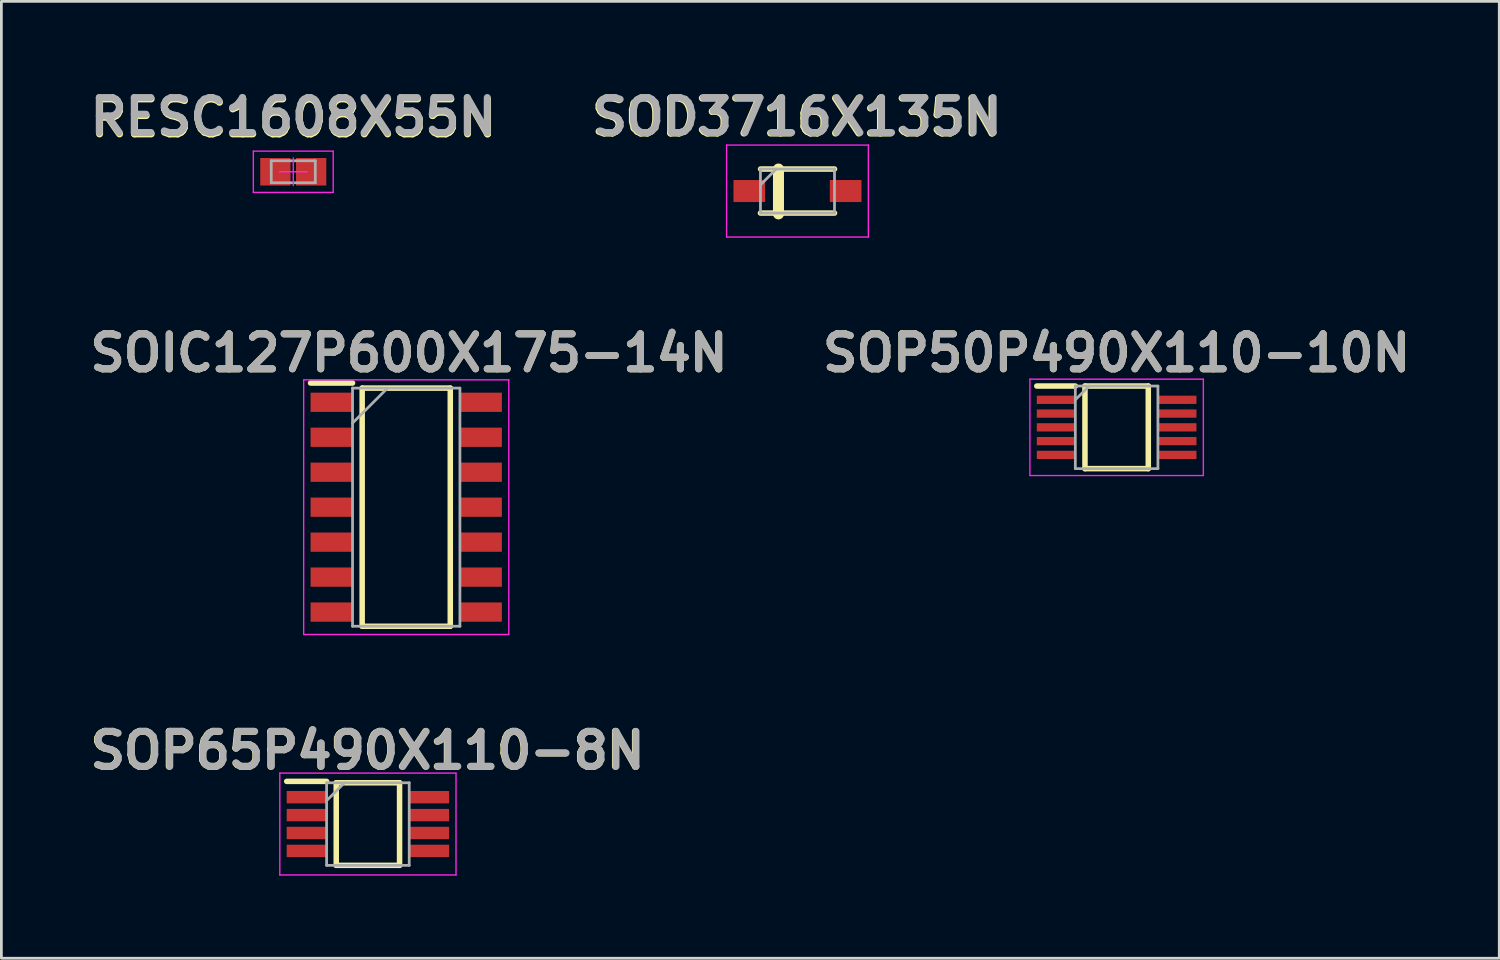
<source format=kicad_pcb>
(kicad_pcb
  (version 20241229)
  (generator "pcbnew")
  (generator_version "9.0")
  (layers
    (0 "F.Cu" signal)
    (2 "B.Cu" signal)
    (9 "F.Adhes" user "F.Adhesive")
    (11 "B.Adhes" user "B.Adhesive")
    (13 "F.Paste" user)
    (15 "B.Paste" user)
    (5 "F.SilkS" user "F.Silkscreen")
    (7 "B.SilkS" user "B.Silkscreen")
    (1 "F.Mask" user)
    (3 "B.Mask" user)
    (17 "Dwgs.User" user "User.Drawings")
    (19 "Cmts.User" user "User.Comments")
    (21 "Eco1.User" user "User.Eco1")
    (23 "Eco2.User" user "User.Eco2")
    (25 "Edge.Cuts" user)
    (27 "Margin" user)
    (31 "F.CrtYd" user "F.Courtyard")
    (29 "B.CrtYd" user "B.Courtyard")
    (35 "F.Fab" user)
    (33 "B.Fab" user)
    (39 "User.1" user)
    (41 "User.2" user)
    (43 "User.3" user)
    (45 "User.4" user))
  (footprint "SOIC127P600X175-14N"
    (layer "F.Cu")
    (at 11.705 15.372)
    (property "Reference" "SOIC127P600X175-14N" (at 0.1 -5.6 0) (layer "F.SilkS") (effects (font (size 1.27 1.27) (thickness 0.254))))
    (attr smd)
    (fp_line (start -3.475 -4.51) (end -1.95 -4.51) (stroke (width 0.2) (type solid)) (layer "F.SilkS"))
    (fp_line (start -1.6 -4.325) (end 1.6 -4.325) (stroke (width 0.2) (type solid)) (layer "F.SilkS"))
    (fp_line (start -1.6 4.325) (end -1.6 -4.325) (stroke (width 0.2) (type solid)) (layer "F.SilkS"))
    (fp_line (start 1.6 -4.325) (end 1.6 4.325) (stroke (width 0.2) (type solid)) (layer "F.SilkS"))
    (fp_line (start 1.6 4.325) (end -1.6 4.325) (stroke (width 0.2) (type solid)) (layer "F.SilkS"))
    (fp_line (start -3.725 -4.625) (end 3.725 -4.625) (stroke (width 0.05) (type solid)) (layer "F.CrtYd"))
    (fp_line (start -3.725 4.625) (end -3.725 -4.625) (stroke (width 0.05) (type solid)) (layer "F.CrtYd"))
    (fp_line (start 3.725 -4.625) (end 3.725 4.625) (stroke (width 0.05) (type solid)) (layer "F.CrtYd"))
    (fp_line (start 3.725 4.625) (end -3.725 4.625) (stroke (width 0.05) (type solid)) (layer "F.CrtYd"))
    (fp_line (start -1.95 -4.325) (end 1.95 -4.325) (stroke (width 0.1) (type solid)) (layer "F.Fab"))
    (fp_line (start -1.95 -3.055) (end -0.68 -4.325) (stroke (width 0.1) (type solid)) (layer "F.Fab"))
    (fp_line (start -1.95 4.325) (end -1.95 -4.325) (stroke (width 0.1) (type solid)) (layer "F.Fab"))
    (fp_line (start 1.95 -4.325) (end 1.95 4.325) (stroke (width 0.1) (type solid)) (layer "F.Fab"))
    (fp_line (start 1.95 4.325) (end -1.95 4.325) (stroke (width 0.1) (type solid)) (layer "F.Fab"))
    (fp_text user "${REFERENCE}" (at 0.1 -5.6 0) (layer "F.Fab") (effects (font (size 1.27 1.27) (thickness 0.254))))
    (pad "1" smd rect (at -2.712 -3.81 90) (size 0.7 1.525) (layers "F.Cu" "F.Mask" "F.Paste"))
    (pad "2" smd rect (at -2.712 -2.54 90) (size 0.7 1.525) (layers "F.Cu" "F.Mask" "F.Paste"))
    (pad "3" smd rect (at -2.712 -1.27 90) (size 0.7 1.525) (layers "F.Cu" "F.Mask" "F.Paste"))
    (pad "4" smd rect (at -2.712 0 90) (size 0.7 1.525) (layers "F.Cu" "F.Mask" "F.Paste"))
    (pad "5" smd rect (at -2.712 1.27 90) (size 0.7 1.525) (layers "F.Cu" "F.Mask" "F.Paste"))
    (pad "6" smd rect (at -2.712 2.54 90) (size 0.7 1.525) (layers "F.Cu" "F.Mask" "F.Paste"))
    (pad "7" smd rect (at -2.712 3.81 90) (size 0.7 1.525) (layers "F.Cu" "F.Mask" "F.Paste"))
    (pad "8" smd rect (at 2.712 3.81 90) (size 0.7 1.525) (layers "F.Cu" "F.Mask" "F.Paste"))
    (pad "9" smd rect (at 2.712 2.54 90) (size 0.7 1.525) (layers "F.Cu" "F.Mask" "F.Paste"))
    (pad "10" smd rect (at 2.712 1.27 90) (size 0.7 1.525) (layers "F.Cu" "F.Mask" "F.Paste"))
    (pad "11" smd rect (at 2.712 0 90) (size 0.7 1.525) (layers "F.Cu" "F.Mask" "F.Paste"))
    (pad "12" smd rect (at 2.712 -1.27 90) (size 0.7 1.525) (layers "F.Cu" "F.Mask" "F.Paste"))
    (pad "13" smd rect (at 2.712 -2.54 90) (size 0.7 1.525) (layers "F.Cu" "F.Mask" "F.Paste"))
    (pad "14" smd rect (at 2.712 -3.81 90) (size 0.7 1.525) (layers "F.Cu" "F.Mask" "F.Paste")))
  (footprint "RESC1608X55N"
    (layer "F.Cu")
    (at 7.602 3.189)
    (property "Reference" "RESC1608X55N" (at 0.01 -1.95 0) (layer "F.SilkS") (effects (font (size 1.27 1.27) (thickness 0.254))))
    (attr smd)
    (fp_line (start -1.45 -0.75) (end -1.45 0.75) (stroke (width 0.05) (type solid)) (layer "F.CrtYd"))
    (fp_line (start -1.45 0.75) (end 1.45 0.75) (stroke (width 0.05) (type solid)) (layer "F.CrtYd"))
    (fp_line (start -0.85 -0.475) (end -0.85 0.475) (stroke (width 0.001) (type solid)) (layer "F.CrtYd"))
    (fp_line (start -0.85 0.475) (end 0.85 0.475) (stroke (width 0.001) (type solid)) (layer "F.CrtYd"))
    (fp_line (start -0.5 0) (end 0.5 0) (stroke (width 0.05) (type solid)) (layer "F.CrtYd"))
    (fp_line (start 0 0.5) (end 0 -0.5) (stroke (width 0.05) (type solid)) (layer "F.CrtYd"))
    (fp_line (start 0.85 -0.475) (end -0.85 -0.475) (stroke (width 0.001) (type solid)) (layer "F.CrtYd"))
    (fp_line (start 0.85 0.475) (end 0.85 -0.475) (stroke (width 0.001) (type solid)) (layer "F.CrtYd"))
    (fp_line (start 1.45 -0.75) (end -1.45 -0.75) (stroke (width 0.05) (type solid)) (layer "F.CrtYd"))
    (fp_line (start 1.45 0.75) (end 1.45 -0.75) (stroke (width 0.05) (type solid)) (layer "F.CrtYd"))
    (fp_line (start -0.8 -0.4) (end -0.8 0.4) (stroke (width 0.1) (type solid)) (layer "F.Fab"))
    (fp_line (start -0.8 0.4) (end 0.8 0.4) (stroke (width 0.1) (type solid)) (layer "F.Fab"))
    (fp_line (start 0.8 -0.4) (end -0.8 -0.4) (stroke (width 0.1) (type solid)) (layer "F.Fab"))
    (fp_line (start 0.8 0.4) (end 0.8 -0.4) (stroke (width 0.1) (type solid)) (layer "F.Fab"))
    (fp_text user "${REFERENCE}" (at 0 -2 0) (layer "F.Fab") (effects (font (size 1.27 1.27) (thickness 0.254))))
    (pad "1" smd rect (at -0.65 0 90) (size 1 1.1) (layers "F.Cu" "F.Mask" "F.Paste"))
    (pad "2" smd rect (at 0.65 0 90) (size 1 1.1) (layers "F.Cu" "F.Mask" "F.Paste")))
  (footprint "SOP65P490X110-8N"
    (layer "F.Cu")
    (at 10.313 26.881)
    (property "Reference" "SOP65P490X110-8N" (at -0.02 -2.67 0) (layer "F.SilkS") (effects (font (size 1.27 1.27) (thickness 0.254))))
    (attr smd)
    (fp_line (start -2.95 -1.55) (end -1.5 -1.55) (stroke (width 0.2) (type solid)) (layer "F.SilkS"))
    (fp_line (start -1.15 -1.5) (end 1.15 -1.5) (stroke (width 0.2) (type solid)) (layer "F.SilkS"))
    (fp_line (start -1.15 1.5) (end -1.15 -1.5) (stroke (width 0.2) (type solid)) (layer "F.SilkS"))
    (fp_line (start 1.15 -1.5) (end 1.15 1.5) (stroke (width 0.2) (type solid)) (layer "F.SilkS"))
    (fp_line (start 1.15 1.5) (end -1.15 1.5) (stroke (width 0.2) (type solid)) (layer "F.SilkS"))
    (fp_line (start -3.2 -1.85) (end 3.2 -1.85) (stroke (width 0.05) (type solid)) (layer "F.CrtYd"))
    (fp_line (start -3.2 1.85) (end -3.2 -1.85) (stroke (width 0.05) (type solid)) (layer "F.CrtYd"))
    (fp_line (start 3.2 -1.85) (end 3.2 1.85) (stroke (width 0.05) (type solid)) (layer "F.CrtYd"))
    (fp_line (start 3.2 1.85) (end -3.2 1.85) (stroke (width 0.05) (type solid)) (layer "F.CrtYd"))
    (fp_line (start -1.5 -1.5) (end 1.5 -1.5) (stroke (width 0.1) (type solid)) (layer "F.Fab"))
    (fp_line (start -1.5 -0.85) (end -0.85 -1.5) (stroke (width 0.1) (type solid)) (layer "F.Fab"))
    (fp_line (start -1.5 1.5) (end -1.5 -1.5) (stroke (width 0.1) (type solid)) (layer "F.Fab"))
    (fp_line (start 1.5 -1.5) (end 1.5 1.5) (stroke (width 0.1) (type solid)) (layer "F.Fab"))
    (fp_line (start 1.5 1.5) (end -1.5 1.5) (stroke (width 0.1) (type solid)) (layer "F.Fab"))
    (fp_text user "${REFERENCE}" (at 0 -2.67 0) (layer "F.Fab") (effects (font (size 1.27 1.27) (thickness 0.254))))
    (pad "1" smd rect (at -2.225 -0.975 90) (size 0.45 1.45) (layers "F.Cu" "F.Mask" "F.Paste"))
    (pad "2" smd rect (at -2.225 -0.325 90) (size 0.45 1.45) (layers "F.Cu" "F.Mask" "F.Paste"))
    (pad "3" smd rect (at -2.225 0.325 90) (size 0.45 1.45) (layers "F.Cu" "F.Mask" "F.Paste"))
    (pad "4" smd rect (at -2.225 0.975 90) (size 0.45 1.45) (layers "F.Cu" "F.Mask" "F.Paste"))
    (pad "5" smd rect (at 2.225 0.975 90) (size 0.45 1.45) (layers "F.Cu" "F.Mask" "F.Paste"))
    (pad "6" smd rect (at 2.225 0.325 90) (size 0.45 1.45) (layers "F.Cu" "F.Mask" "F.Paste"))
    (pad "7" smd rect (at 2.225 -0.325 90) (size 0.45 1.45) (layers "F.Cu" "F.Mask" "F.Paste"))
    (pad "8" smd rect (at 2.225 -0.975 90) (size 0.45 1.45) (layers "F.Cu" "F.Mask" "F.Paste")))
  (footprint "SOP50P490X110-10N"
    (layer "F.Cu")
    (at 37.508 12.472)
    (property "Reference" "SOP50P490X110-10N" (at 0 -2.7 0) (layer "F.SilkS") (effects (font (size 1.27 1.27) (thickness 0.254))))
    (attr smd)
    (fp_line (start -2.9 -1.5) (end -1.5 -1.5) (stroke (width 0.2) (type solid)) (layer "F.SilkS"))
    (fp_line (start -1.15 -1.5) (end 1.15 -1.5) (stroke (width 0.2) (type solid)) (layer "F.SilkS"))
    (fp_line (start -1.15 1.5) (end -1.15 -1.5) (stroke (width 0.2) (type solid)) (layer "F.SilkS"))
    (fp_line (start 1.15 -1.5) (end 1.15 1.5) (stroke (width 0.2) (type solid)) (layer "F.SilkS"))
    (fp_line (start 1.15 1.5) (end -1.15 1.5) (stroke (width 0.2) (type solid)) (layer "F.SilkS"))
    (fp_line (start -3.15 -1.75) (end 3.15 -1.75) (stroke (width 0.05) (type solid)) (layer "F.CrtYd"))
    (fp_line (start -3.15 1.75) (end -3.15 -1.75) (stroke (width 0.05) (type solid)) (layer "F.CrtYd"))
    (fp_line (start 3.15 -1.75) (end 3.15 1.75) (stroke (width 0.05) (type solid)) (layer "F.CrtYd"))
    (fp_line (start 3.15 1.75) (end -3.15 1.75) (stroke (width 0.05) (type solid)) (layer "F.CrtYd"))
    (fp_line (start -1.5 -1.5) (end 1.5 -1.5) (stroke (width 0.1) (type solid)) (layer "F.Fab"))
    (fp_line (start -1.5 -1) (end -1 -1.5) (stroke (width 0.1) (type solid)) (layer "F.Fab"))
    (fp_line (start -1.5 1.5) (end -1.5 -1.5) (stroke (width 0.1) (type solid)) (layer "F.Fab"))
    (fp_line (start 1.5 -1.5) (end 1.5 1.5) (stroke (width 0.1) (type solid)) (layer "F.Fab"))
    (fp_line (start 1.5 1.5) (end -1.5 1.5) (stroke (width 0.1) (type solid)) (layer "F.Fab"))
    (fp_text user "${REFERENCE}" (at 0 -2.7 0) (layer "F.Fab") (effects (font (size 1.27 1.27) (thickness 0.254))))
    (pad "1" smd rect (at -2.2 -1 90) (size 0.3 1.4) (layers "F.Cu" "F.Mask" "F.Paste"))
    (pad "2" smd rect (at -2.2 -0.5 90) (size 0.3 1.4) (layers "F.Cu" "F.Mask" "F.Paste"))
    (pad "3" smd rect (at -2.2 0 90) (size 0.3 1.4) (layers "F.Cu" "F.Mask" "F.Paste"))
    (pad "4" smd rect (at -2.2 0.5 90) (size 0.3 1.4) (layers "F.Cu" "F.Mask" "F.Paste"))
    (pad "5" smd rect (at -2.2 1 90) (size 0.3 1.4) (layers "F.Cu" "F.Mask" "F.Paste"))
    (pad "6" smd rect (at 2.2 1 90) (size 0.3 1.4) (layers "F.Cu" "F.Mask" "F.Paste"))
    (pad "7" smd rect (at 2.2 0.5 90) (size 0.3 1.4) (layers "F.Cu" "F.Mask" "F.Paste"))
    (pad "8" smd rect (at 2.2 0 90) (size 0.3 1.4) (layers "F.Cu" "F.Mask" "F.Paste"))
    (pad "9" smd rect (at 2.2 -0.5 90) (size 0.3 1.4) (layers "F.Cu" "F.Mask" "F.Paste"))
    (pad "10" smd rect (at 2.2 -1 90) (size 0.3 1.4) (layers "F.Cu" "F.Mask" "F.Paste")))
  (footprint "SOD3716X135N"
    (layer "F.Cu")
    (at 25.916 3.889)
    (property "Reference" "SOD3716X135N" (at -0.04 -2.68 0) (layer "F.SilkS") (effects (font (size 1.27 1.27) (thickness 0.254))))
    (attr smd)
    (fp_line (start -1.345 0.8) (end 1.345 0.8) (stroke (width 0.2) (type solid)) (layer "F.SilkS"))
    (fp_line (start -1.34 -0.8) (end 1.345 -0.8) (stroke (width 0.2) (type solid)) (layer "F.SilkS"))
    (fp_line (start -0.69 0.83) (end -0.69 -0.8) (stroke (width 0.4) (type solid)) (layer "F.SilkS"))
    (fp_line (start -2.575 -1.67) (end 2.575 -1.67) (stroke (width 0.05) (type solid)) (layer "F.CrtYd"))
    (fp_line (start -2.575 1.67) (end -2.575 -1.67) (stroke (width 0.05) (type solid)) (layer "F.CrtYd"))
    (fp_line (start 2.575 -1.67) (end 2.575 1.67) (stroke (width 0.05) (type solid)) (layer "F.CrtYd"))
    (fp_line (start 2.575 1.67) (end -2.575 1.67) (stroke (width 0.05) (type solid)) (layer "F.CrtYd"))
    (fp_line (start -1.345 -0.8) (end 1.345 -0.8) (stroke (width 0.1) (type solid)) (layer "F.Fab"))
    (fp_line (start -1.345 -0.225) (end -0.77 -0.8) (stroke (width 0.1) (type solid)) (layer "F.Fab"))
    (fp_line (start -1.345 0.8) (end -1.345 -0.8) (stroke (width 0.1) (type solid)) (layer "F.Fab"))
    (fp_line (start 1.345 -0.8) (end 1.345 0.8) (stroke (width 0.1) (type solid)) (layer "F.Fab"))
    (fp_line (start 1.345 0.8) (end -1.345 0.8) (stroke (width 0.1) (type solid)) (layer "F.Fab"))
    (fp_text user "${REFERENCE}" (at 0 -2.7 0) (layer "F.Fab") (effects (font (size 1.27 1.27) (thickness 0.254))))
    (pad "1" smd rect (at -1.75 0 90) (size 0.8 1.15) (layers "F.Cu" "F.Mask" "F.Paste"))
    (pad "2" smd rect (at 1.75 0 90) (size 0.8 1.15) (layers "F.Cu" "F.Mask" "F.Paste")))
  (gr_rect
    (start -3 -3)
    (end 51.406 31.756)
    (stroke (width 0.1) (type default))
    (fill no)
    (layer "Edge.Cuts")))
</source>
